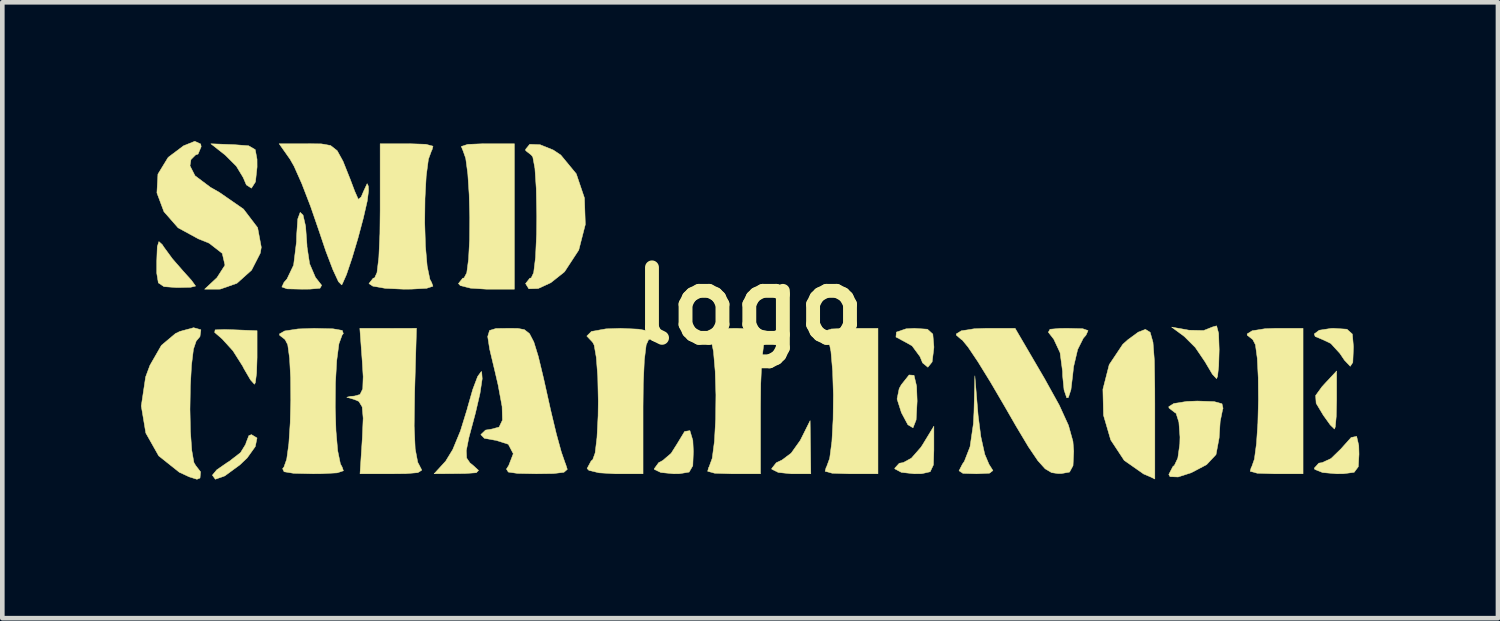
<source format=kicad_pcb>
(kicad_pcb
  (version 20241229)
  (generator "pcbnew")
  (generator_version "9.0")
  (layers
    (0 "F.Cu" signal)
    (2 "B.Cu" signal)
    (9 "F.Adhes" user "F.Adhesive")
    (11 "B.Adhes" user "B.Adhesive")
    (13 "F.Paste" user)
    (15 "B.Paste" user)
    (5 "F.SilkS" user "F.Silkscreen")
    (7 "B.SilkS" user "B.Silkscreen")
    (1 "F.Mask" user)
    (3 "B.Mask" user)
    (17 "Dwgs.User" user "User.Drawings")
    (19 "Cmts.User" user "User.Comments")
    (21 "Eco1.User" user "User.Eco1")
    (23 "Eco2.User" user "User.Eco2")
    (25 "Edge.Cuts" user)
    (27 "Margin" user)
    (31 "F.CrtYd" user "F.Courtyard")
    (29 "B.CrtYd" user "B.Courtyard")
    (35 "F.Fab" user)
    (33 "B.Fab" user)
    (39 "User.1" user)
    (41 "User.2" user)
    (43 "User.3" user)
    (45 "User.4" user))
  (footprint "logo"
    (layer "F.Cu")
    (at 13.153 3.566)
    (property "Reference" "logo" (at 0 0 0) (layer "F.SilkS") (effects (font (size 1.524 1.524) (thickness 0.3))))
    (attr through_hole)
    (fp_poly (pts (xy 3.562 1.5) (xy 3.617 1.735) (xy 3.629 2.056) (xy 3.607 2.464) (xy 3.54 2.635) (xy 3.429 2.569) (xy 3.289 2.307) (xy 3.195 2.012) (xy 3.241 1.786) (xy 3.288 1.702) (xy 3.455 1.492) (xy 3.562 1.5)) (stroke (width 0.01) (type solid)) (fill yes) (layer "F.SilkS"))
    (fp_poly (pts (xy 12.7 2.033) (xy 12.692 2.386) (xy 12.671 2.614) (xy 12.653 2.661) (xy 12.562 2.572) (xy 12.412 2.363) (xy 12.257 2.104) (xy 12.246 1.936) (xy 12.384 1.746) (xy 12.458 1.665) (xy 12.7 1.406) (xy 12.7 2.033)) (stroke (width 0.01) (type solid)) (fill yes) (layer "F.SilkS"))
    (fp_poly (pts (xy -11.144 -3.488) (xy -10.827 -3.464) (xy -10.684 -3.381) (xy -10.645 -3.172) (xy -10.644 -3.004) (xy -10.679 -2.683) (xy -10.766 -2.547) (xy -10.876 -2.618) (xy -10.945 -2.779) (xy -11.092 -3.022) (xy -11.332 -3.262) (xy -11.643 -3.507) (xy -11.144 -3.488)) (stroke (width 0.01) (type solid)) (fill yes) (layer "F.SilkS"))
    (fp_poly (pts (xy 1.323 3.054) (xy 1.33 3.629) (xy 0.907 3.629) (xy 0.627 3.6) (xy 0.487 3.531) (xy 0.484 3.516) (xy 0.583 3.39) (xy 0.704 3.333) (xy 0.905 3.183) (xy 1.101 2.908) (xy 1.12 2.871) (xy 1.315 2.48) (xy 1.323 3.054)) (stroke (width 0.01) (type solid)) (fill yes) (layer "F.SilkS"))
    (fp_poly (pts (xy 3.852 0.503) (xy 3.968 0.608) (xy 3.991 0.875) (xy 3.991 0.907) (xy 3.953 1.211) (xy 3.861 1.325) (xy 3.747 1.231) (xy 3.691 1.095) (xy 3.52 0.863) (xy 3.38 0.784) (xy 3.171 0.672) (xy 3.181 0.565) (xy 3.39 0.494) (xy 3.568 0.484) (xy 3.852 0.503)) (stroke (width 0.01) (type solid)) (fill yes) (layer "F.SilkS"))
    (fp_poly (pts (xy 3.991 3.115) (xy 3.981 3.437) (xy 3.911 3.585) (xy 3.728 3.627) (xy 3.568 3.629) (xy 3.288 3.598) (xy 3.148 3.523) (xy 3.145 3.508) (xy 3.243 3.401) (xy 3.328 3.387) (xy 3.505 3.291) (xy 3.711 3.056) (xy 3.751 2.994) (xy 3.991 2.6) (xy 3.991 3.115)) (stroke (width 0.01) (type solid)) (fill yes) (layer "F.SilkS"))
    (fp_poly (pts (xy -11.158 0.515) (xy -10.644 0.535) (xy -10.644 1.114) (xy -10.655 1.451) (xy -10.682 1.66) (xy -10.701 1.693) (xy -10.787 1.597) (xy -10.926 1.359) (xy -10.956 1.3) (xy -11.166 0.969) (xy -11.403 0.709) (xy -11.413 0.701) (xy -11.561 0.573) (xy -11.551 0.517) (xy -11.349 0.509) (xy -11.158 0.515)) (stroke (width 0.01) (type solid)) (fill yes) (layer "F.SilkS"))
    (fp_poly (pts (xy -10.645 2.855) (xy -10.683 3.041) (xy -10.859 3.287) (xy -11.016 3.436) (xy -11.342 3.675) (xy -11.547 3.747) (xy -11.611 3.659) (xy -11.516 3.544) (xy -11.284 3.383) (xy -11.248 3.362) (xy -11.002 3.172) (xy -10.887 2.985) (xy -10.886 2.969) (xy -10.822 2.804) (xy -10.765 2.782) (xy -10.645 2.855)) (stroke (width 0.01) (type solid)) (fill yes) (layer "F.SilkS"))
    (fp_poly (pts (xy -1.221 2.909) (xy -1.21 3.145) (xy -1.222 3.455) (xy -1.301 3.592) (xy -1.508 3.627) (xy -1.633 3.629) (xy -1.913 3.601) (xy -2.053 3.535) (xy -2.056 3.521) (xy -1.96 3.388) (xy -1.874 3.343) (xy -1.69 3.186) (xy -1.552 2.967) (xy -1.399 2.714) (xy -1.285 2.696) (xy -1.221 2.909)) (stroke (width 0.01) (type solid)) (fill yes) (layer "F.SilkS"))
    (fp_poly (pts (xy 10.148 0.591) (xy 10.16 0.943) (xy 10.15 1.296) (xy 10.125 1.525) (xy 10.103 1.572) (xy 10.014 1.477) (xy 9.876 1.244) (xy 9.861 1.217) (xy 9.643 0.896) (xy 9.405 0.659) (xy 9.132 0.457) (xy 9.507 0.524) (xy 9.822 0.531) (xy 10.021 0.453) (xy 10.105 0.43) (xy 10.148 0.591)) (stroke (width 0.01) (type solid)) (fill yes) (layer "F.SilkS"))
    (fp_poly (pts (xy 12.923 0.503) (xy 13.04 0.608) (xy 13.063 0.875) (xy 13.063 0.907) (xy 13.05 1.221) (xy 12.995 1.305) (xy 12.868 1.171) (xy 12.772 1.028) (xy 12.574 0.811) (xy 12.395 0.726) (xy 12.236 0.66) (xy 12.216 0.605) (xy 12.323 0.525) (xy 12.584 0.485) (xy 12.64 0.484) (xy 12.923 0.503)) (stroke (width 0.01) (type solid)) (fill yes) (layer "F.SilkS"))
    (fp_poly (pts (xy -12.693 -1.325) (xy -12.663 -1.277) (xy -12.473 -1.018) (xy -12.246 -0.758) (xy -12.06 -0.551) (xy -11.975 -0.433) (xy -11.974 -0.43) (xy -12.081 -0.404) (xy -12.342 -0.398) (xy -12.398 -0.399) (xy -12.657 -0.418) (xy -12.779 -0.499) (xy -12.814 -0.711) (xy -12.814 -0.961) (xy -12.802 -1.282) (xy -12.767 -1.392) (xy -12.693 -1.325)) (stroke (width 0.01) (type solid)) (fill yes) (layer "F.SilkS"))
    (fp_poly (pts (xy 13.179 3.02) (xy 13.184 3.205) (xy 13.169 3.476) (xy 13.079 3.597) (xy 12.843 3.628) (xy 12.7 3.629) (xy 12.397 3.602) (xy 12.229 3.535) (xy 12.216 3.508) (xy 12.314 3.399) (xy 12.389 3.387) (xy 12.579 3.299) (xy 12.797 3.087) (xy 12.799 3.084) (xy 13.014 2.844) (xy 13.133 2.82) (xy 13.179 3.02)) (stroke (width 0.01) (type solid)) (fill yes) (layer "F.SilkS"))
    (fp_poly (pts (xy 4.948 2.371) (xy 5.007 2.828) (xy 5.091 3.207) (xy 5.184 3.427) (xy 5.186 3.429) (xy 5.268 3.559) (xy 5.194 3.616) (xy 4.921 3.629) (xy 4.907 3.629) (xy 4.62 3.62) (xy 4.535 3.564) (xy 4.609 3.419) (xy 4.65 3.36) (xy 4.773 3.044) (xy 4.845 2.55) (xy 4.858 2.301) (xy 4.877 1.512) (xy 4.948 2.371)) (stroke (width 0.01) (type solid)) (fill yes) (layer "F.SilkS"))
    (fp_poly (pts (xy 8.668 0.57) (xy 8.729 0.786) (xy 8.759 1.179) (xy 8.768 1.777) (xy 8.769 2.117) (xy 8.769 3.742) (xy 8.674 3.696) (xy 8.527 3.634) (xy 8.107 3.34) (xy 7.815 2.897) (xy 7.659 2.364) (xy 7.646 1.802) (xy 7.782 1.27) (xy 8.076 0.829) (xy 8.189 0.728) (xy 8.409 0.567) (xy 8.565 0.506) (xy 8.668 0.57)) (stroke (width 0.01) (type solid)) (fill yes) (layer "F.SilkS"))
    (fp_poly (pts (xy 2.782 3.629) (xy 2.153 3.629) (xy 1.792 3.617) (xy 1.639 3.575) (xy 1.661 3.492) (xy 1.669 3.483) (xy 1.738 3.294) (xy 1.786 2.928) (xy 1.812 2.449) (xy 1.818 1.923) (xy 1.802 1.412) (xy 1.765 0.982) (xy 1.706 0.697) (xy 1.669 0.629) (xy 1.634 0.543) (xy 1.772 0.498) (xy 2.115 0.484) (xy 2.153 0.484) (xy 2.782 0.484) (xy 2.782 3.629)) (stroke (width 0.01) (type solid)) (fill yes) (layer "F.SilkS"))
    (fp_poly (pts (xy -9.65 -1.965) (xy -9.595 -1.724) (xy -9.565 -1.319) (xy -9.564 -1.28) (xy -9.508 -0.912) (xy -9.382 -0.618) (xy -9.355 -0.584) (xy -9.248 -0.447) (xy -9.284 -0.383) (xy -9.503 -0.364) (xy -9.676 -0.363) (xy -9.993 -0.37) (xy -10.108 -0.41) (xy -10.062 -0.51) (xy -9.997 -0.584) (xy -9.854 -0.883) (xy -9.792 -1.387) (xy -9.789 -1.521) (xy -9.764 -1.882) (xy -9.712 -2.024) (xy -9.65 -1.965)) (stroke (width 0.01) (type solid)) (fill yes) (layer "F.SilkS"))
    (fp_poly (pts (xy 7.21 0.492) (xy 7.325 0.532) (xy 7.28 0.632) (xy 7.223 0.696) (xy 7.1 0.941) (xy 7.012 1.315) (xy 6.993 1.494) (xy 6.955 1.811) (xy 6.899 1.98) (xy 6.864 1.987) (xy 6.806 1.816) (xy 6.775 1.507) (xy 6.773 1.411) (xy 6.72 1.011) (xy 6.583 0.717) (xy 6.573 0.705) (xy 6.466 0.568) (xy 6.502 0.504) (xy 6.721 0.485) (xy 6.894 0.484) (xy 7.21 0.492)) (stroke (width 0.01) (type solid)) (fill yes) (layer "F.SilkS"))
    (fp_poly (pts (xy -5.08 -0.363) (xy -5.685 -0.363) (xy -6.03 -0.385) (xy -6.249 -0.44) (xy -6.29 -0.484) (xy -6.197 -0.601) (xy -6.169 -0.605) (xy -6.11 -0.716) (xy -6.071 -1.01) (xy -6.049 -1.428) (xy -6.045 -1.914) (xy -6.058 -2.408) (xy -6.087 -2.853) (xy -6.132 -3.191) (xy -6.192 -3.362) (xy -6.193 -3.362) (xy -6.228 -3.449) (xy -6.09 -3.494) (xy -5.747 -3.508) (xy -5.709 -3.508) (xy -5.08 -3.508) (xy -5.08 -0.363)) (stroke (width 0.01) (type solid)) (fill yes) (layer "F.SilkS"))
    (fp_poly (pts (xy 11.974 3.629) (xy 11.345 3.629) (xy 10.984 3.617) (xy 10.831 3.575) (xy 10.853 3.492) (xy 10.862 3.483) (xy 10.922 3.313) (xy 10.967 2.976) (xy 10.997 2.532) (xy 11.009 2.038) (xy 11.005 1.552) (xy 10.984 1.132) (xy 10.944 0.838) (xy 10.886 0.726) (xy 10.886 0.726) (xy 10.768 0.634) (xy 10.765 0.605) (xy 10.874 0.536) (xy 11.152 0.492) (xy 11.37 0.484) (xy 11.974 0.484) (xy 11.974 3.629)) (stroke (width 0.01) (type solid)) (fill yes) (layer "F.SilkS"))
    (fp_poly (pts (xy -5.787 1.423) (xy -5.776 1.574) (xy -5.824 1.893) (xy -5.922 2.316) (xy -5.944 2.398) (xy -6.065 2.85) (xy -6.12 3.128) (xy -6.112 3.289) (xy -6.041 3.393) (xy -5.967 3.453) (xy -5.855 3.556) (xy -5.903 3.606) (xy -6.144 3.623) (xy -6.28 3.625) (xy -6.816 3.629) (xy -6.566 3.356) (xy -6.413 3.105) (xy -6.246 2.701) (xy -6.101 2.231) (xy -6.096 2.209) (xy -5.98 1.804) (xy -5.874 1.524) (xy -5.797 1.419) (xy -5.787 1.423)) (stroke (width 0.01) (type solid)) (fill yes) (layer "F.SilkS"))
    (fp_poly (pts (xy -11.859 0.515) (xy -11.879 0.662) (xy -11.961 0.76) (xy -12.02 0.935) (xy -12.062 1.28) (xy -12.087 1.735) (xy -12.095 2.235) (xy -12.085 2.719) (xy -12.056 3.123) (xy -12.01 3.385) (xy -11.974 3.447) (xy -11.866 3.587) (xy -11.878 3.721) (xy -11.944 3.748) (xy -12.11 3.696) (xy -12.325 3.597) (xy -12.771 3.242) (xy -13.05 2.748) (xy -13.148 2.163) (xy -13.054 1.534) (xy -12.961 1.284) (xy -12.713 0.852) (xy -12.41 0.597) (xy -12.312 0.55) (xy -12.016 0.47) (xy -11.859 0.515)) (stroke (width 0.01) (type solid)) (fill yes) (layer "F.SilkS"))
    (fp_poly (pts (xy -7.237 1.88) (xy -7.247 2.596) (xy -7.225 3.09) (xy -7.17 3.38) (xy -7.132 3.452) (xy -7.082 3.55) (xy -7.167 3.604) (xy -7.427 3.626) (xy -7.702 3.629) (xy -8.418 3.629) (xy -8.368 2.854) (xy -8.35 2.427) (xy -8.371 2.183) (xy -8.443 2.064) (xy -8.544 2.021) (xy -8.704 1.974) (xy -8.628 1.955) (xy -8.543 1.949) (xy -8.419 1.915) (xy -8.359 1.793) (xy -8.35 1.529) (xy -8.369 1.21) (xy -8.422 0.484) (xy -7.809 0.484) (xy -7.197 0.483) (xy -7.237 1.88)) (stroke (width 0.01) (type solid)) (fill yes) (layer "F.SilkS"))
    (fp_poly (pts (xy -4.524 -3.487) (xy -4.239 -3.372) (xy -4.077 -3.264) (xy -3.742 -2.858) (xy -3.565 -2.335) (xy -3.546 -1.762) (xy -3.688 -1.209) (xy -3.992 -0.744) (xy -4.008 -0.728) (xy -4.293 -0.502) (xy -4.566 -0.377) (xy -4.768 -0.371) (xy -4.838 -0.484) (xy -4.746 -0.601) (xy -4.717 -0.605) (xy -4.663 -0.72) (xy -4.623 -1.047) (xy -4.6 -1.553) (xy -4.596 -1.935) (xy -4.607 -2.536) (xy -4.636 -2.975) (xy -4.682 -3.222) (xy -4.717 -3.266) (xy -4.835 -3.358) (xy -4.838 -3.387) (xy -4.748 -3.496) (xy -4.524 -3.487)) (stroke (width 0.01) (type solid)) (fill yes) (layer "F.SilkS"))
    (fp_poly (pts (xy 6.382 1.568) (xy 6.703 2.147) (xy 6.902 2.583) (xy 6.998 2.928) (xy 7.015 3.14) (xy 7 3.453) (xy 6.925 3.592) (xy 6.742 3.625) (xy 6.683 3.625) (xy 6.537 3.604) (xy 6.398 3.522) (xy 6.24 3.347) (xy 6.036 3.046) (xy 5.761 2.586) (xy 5.524 2.174) (xy 5.216 1.648) (xy 4.944 1.207) (xy 4.731 0.89) (xy 4.604 0.735) (xy 4.586 0.726) (xy 4.478 0.633) (xy 4.475 0.605) (xy 4.584 0.537) (xy 4.865 0.493) (xy 5.112 0.484) (xy 5.748 0.484) (xy 6.382 1.568)) (stroke (width 0.01) (type solid)) (fill yes) (layer "F.SilkS"))
    (fp_poly (pts (xy 10.052 2.068) (xy 10.221 2.115) (xy 10.244 2.214) (xy 10.233 2.248) (xy 10.182 2.499) (xy 10.16 2.84) (xy 10.16 2.849) (xy 10.092 3.214) (xy 9.888 3.432) (xy 9.557 3.606) (xy 9.272 3.698) (xy 9.097 3.691) (xy 9.071 3.644) (xy 9.16 3.472) (xy 9.192 3.447) (xy 9.266 3.29) (xy 9.309 2.984) (xy 9.313 2.835) (xy 9.289 2.513) (xy 9.228 2.321) (xy 9.192 2.298) (xy 9.075 2.206) (xy 9.071 2.177) (xy 9.18 2.109) (xy 9.459 2.065) (xy 9.689 2.056) (xy 10.052 2.068)) (stroke (width 0.01) (type solid)) (fill yes) (layer "F.SilkS"))
    (fp_poly (pts (xy -6.993 -3.496) (xy -6.84 -3.454) (xy -6.862 -3.371) (xy -6.87 -3.362) (xy -6.939 -3.173) (xy -6.987 -2.807) (xy -7.013 -2.328) (xy -7.019 -1.802) (xy -7.003 -1.291) (xy -6.966 -0.861) (xy -6.907 -0.576) (xy -6.87 -0.508) (xy -6.841 -0.427) (xy -6.976 -0.382) (xy -7.31 -0.364) (xy -7.475 -0.363) (xy -7.871 -0.381) (xy -8.141 -0.428) (xy -8.225 -0.484) (xy -8.133 -0.601) (xy -8.104 -0.605) (xy -8.051 -0.721) (xy -8.011 -1.051) (xy -7.988 -1.568) (xy -7.983 -2.056) (xy -7.983 -3.508) (xy -7.354 -3.508) (xy -6.993 -3.496)) (stroke (width 0.01) (type solid)) (fill yes) (layer "F.SilkS"))
    (fp_poly (pts (xy 0.13 0.502) (xy 0.4 0.548) (xy 0.484 0.605) (xy 0.392 0.722) (xy 0.363 0.726) (xy 0.31 0.842) (xy 0.27 1.172) (xy 0.247 1.689) (xy 0.242 2.177) (xy 0.242 3.629) (xy -0.387 3.629) (xy -0.748 3.617) (xy -0.901 3.575) (xy -0.879 3.492) (xy -0.871 3.483) (xy -0.802 3.294) (xy -0.754 2.928) (xy -0.728 2.449) (xy -0.722 1.923) (xy -0.738 1.412) (xy -0.775 0.982) (xy -0.834 0.697) (xy -0.871 0.629) (xy -0.9 0.548) (xy -0.765 0.503) (xy -0.431 0.485) (xy -0.266 0.484) (xy 0.13 0.502)) (stroke (width 0.01) (type solid)) (fill yes) (layer "F.SilkS"))
    (fp_poly (pts (xy -2.395 0.502) (xy -2.133 0.55) (xy -2.056 0.605) (xy -2.148 0.722) (xy -2.177 0.726) (xy -2.23 0.842) (xy -2.27 1.172) (xy -2.293 1.689) (xy -2.298 2.177) (xy -2.298 3.629) (xy -2.903 3.629) (xy -3.248 3.608) (xy -3.467 3.556) (xy -3.508 3.515) (xy -3.42 3.351) (xy -3.387 3.326) (xy -3.334 3.179) (xy -3.294 2.845) (xy -3.27 2.376) (xy -3.266 2.056) (xy -3.277 1.533) (xy -3.309 1.112) (xy -3.355 0.847) (xy -3.387 0.786) (xy -3.514 0.651) (xy -3.414 0.551) (xy -3.099 0.495) (xy -2.782 0.484) (xy -2.395 0.502)) (stroke (width 0.01) (type solid)) (fill yes) (layer "F.SilkS"))
    (fp_poly (pts (xy -9.254 -3.505) (xy -9.055 -3.47) (xy -8.912 -3.358) (xy -8.785 -3.128) (xy -8.629 -2.737) (xy -8.532 -2.48) (xy -8.455 -2.306) (xy -8.393 -2.357) (xy -8.341 -2.48) (xy -8.264 -2.645) (xy -8.238 -2.59) (xy -8.233 -2.493) (xy -8.262 -2.268) (xy -8.346 -1.901) (xy -8.462 -1.466) (xy -8.591 -1.034) (xy -8.711 -0.678) (xy -8.803 -0.471) (xy -8.815 -0.455) (xy -8.884 -0.525) (xy -9.004 -0.784) (xy -9.158 -1.188) (xy -9.298 -1.604) (xy -9.487 -2.153) (xy -9.678 -2.648) (xy -9.845 -3.023) (xy -9.932 -3.175) (xy -10.167 -3.508) (xy -9.553 -3.508) (xy -9.254 -3.505)) (stroke (width 0.01) (type solid)) (fill yes) (layer "F.SilkS"))
    (fp_poly (pts (xy -11.863 -3.502) (xy -11.853 -3.443) (xy -11.92 -3.285) (xy -11.974 -3.266) (xy -12.074 -3.165) (xy -12.095 -3.031) (xy -11.986 -2.816) (xy -11.651 -2.565) (xy -11.461 -2.457) (xy -10.938 -2.095) (xy -10.632 -1.693) (xy -10.553 -1.269) (xy -10.574 -1.143) (xy -10.763 -0.774) (xy -11.08 -0.49) (xy -11.441 -0.364) (xy -11.476 -0.363) (xy -11.778 -0.363) (xy -11.512 -0.611) (xy -11.338 -0.882) (xy -11.397 -1.137) (xy -11.68 -1.357) (xy -11.911 -1.45) (xy -12.352 -1.69) (xy -12.658 -2.039) (xy -12.81 -2.445) (xy -12.788 -2.851) (xy -12.572 -3.205) (xy -12.549 -3.227) (xy -12.233 -3.464) (xy -11.991 -3.561) (xy -11.863 -3.502)) (stroke (width 0.01) (type solid)) (fill yes) (layer "F.SilkS"))
    (fp_poly (pts (xy -9.002 0.494) (xy -8.802 0.529) (xy -8.779 0.597) (xy -8.805 0.629) (xy -8.874 0.818) (xy -8.922 1.184) (xy -8.949 1.663) (xy -8.954 2.19) (xy -8.938 2.7) (xy -8.901 3.13) (xy -8.842 3.415) (xy -8.805 3.483) (xy -8.777 3.564) (xy -8.912 3.609) (xy -9.244 3.627) (xy -9.434 3.629) (xy -9.852 3.619) (xy -10.06 3.585) (xy -10.092 3.519) (xy -10.063 3.483) (xy -10.003 3.313) (xy -9.957 2.976) (xy -9.928 2.532) (xy -9.915 2.038) (xy -9.919 1.552) (xy -9.941 1.132) (xy -9.981 0.838) (xy -10.039 0.726) (xy -10.039 0.726) (xy -10.156 0.634) (xy -10.16 0.605) (xy -10.049 0.541) (xy -9.759 0.497) (xy -9.41 0.484) (xy -9.002 0.494)) (stroke (width 0.01) (type solid)) (fill yes) (layer "F.SilkS"))
    (fp_poly (pts (xy -5.206 0.484) (xy -5.009 0.485) (xy -4.864 0.512) (xy -4.753 0.599) (xy -4.659 0.78) (xy -4.563 1.091) (xy -4.449 1.565) (xy -4.299 2.238) (xy -4.285 2.298) (xy -4.173 2.765) (xy -4.065 3.158) (xy -3.981 3.4) (xy -3.973 3.417) (xy -3.936 3.533) (xy -4.009 3.597) (xy -4.238 3.624) (xy -4.607 3.629) (xy -5.009 3.621) (xy -5.211 3.592) (xy -5.252 3.527) (xy -5.202 3.449) (xy -5.104 3.195) (xy -5.211 2.991) (xy -5.486 2.903) (xy -5.5 2.903) (xy -5.729 2.862) (xy -5.806 2.782) (xy -5.704 2.684) (xy -5.564 2.661) (xy -5.41 2.618) (xy -5.338 2.468) (xy -5.346 2.175) (xy -5.433 1.704) (xy -5.506 1.391) (xy -5.615 0.933) (xy -5.657 0.662) (xy -5.617 0.53) (xy -5.477 0.487) (xy -5.221 0.484) (xy -5.206 0.484)) (stroke (width 0.01) (type solid)) (fill yes) (layer "F.SilkS")))
  (gr_rect
    (start -3 -3)
    (end 29.342 10.318)
    (stroke (width 0.1) (type default))
    (fill no)
    (layer "Edge.Cuts")))
</source>
